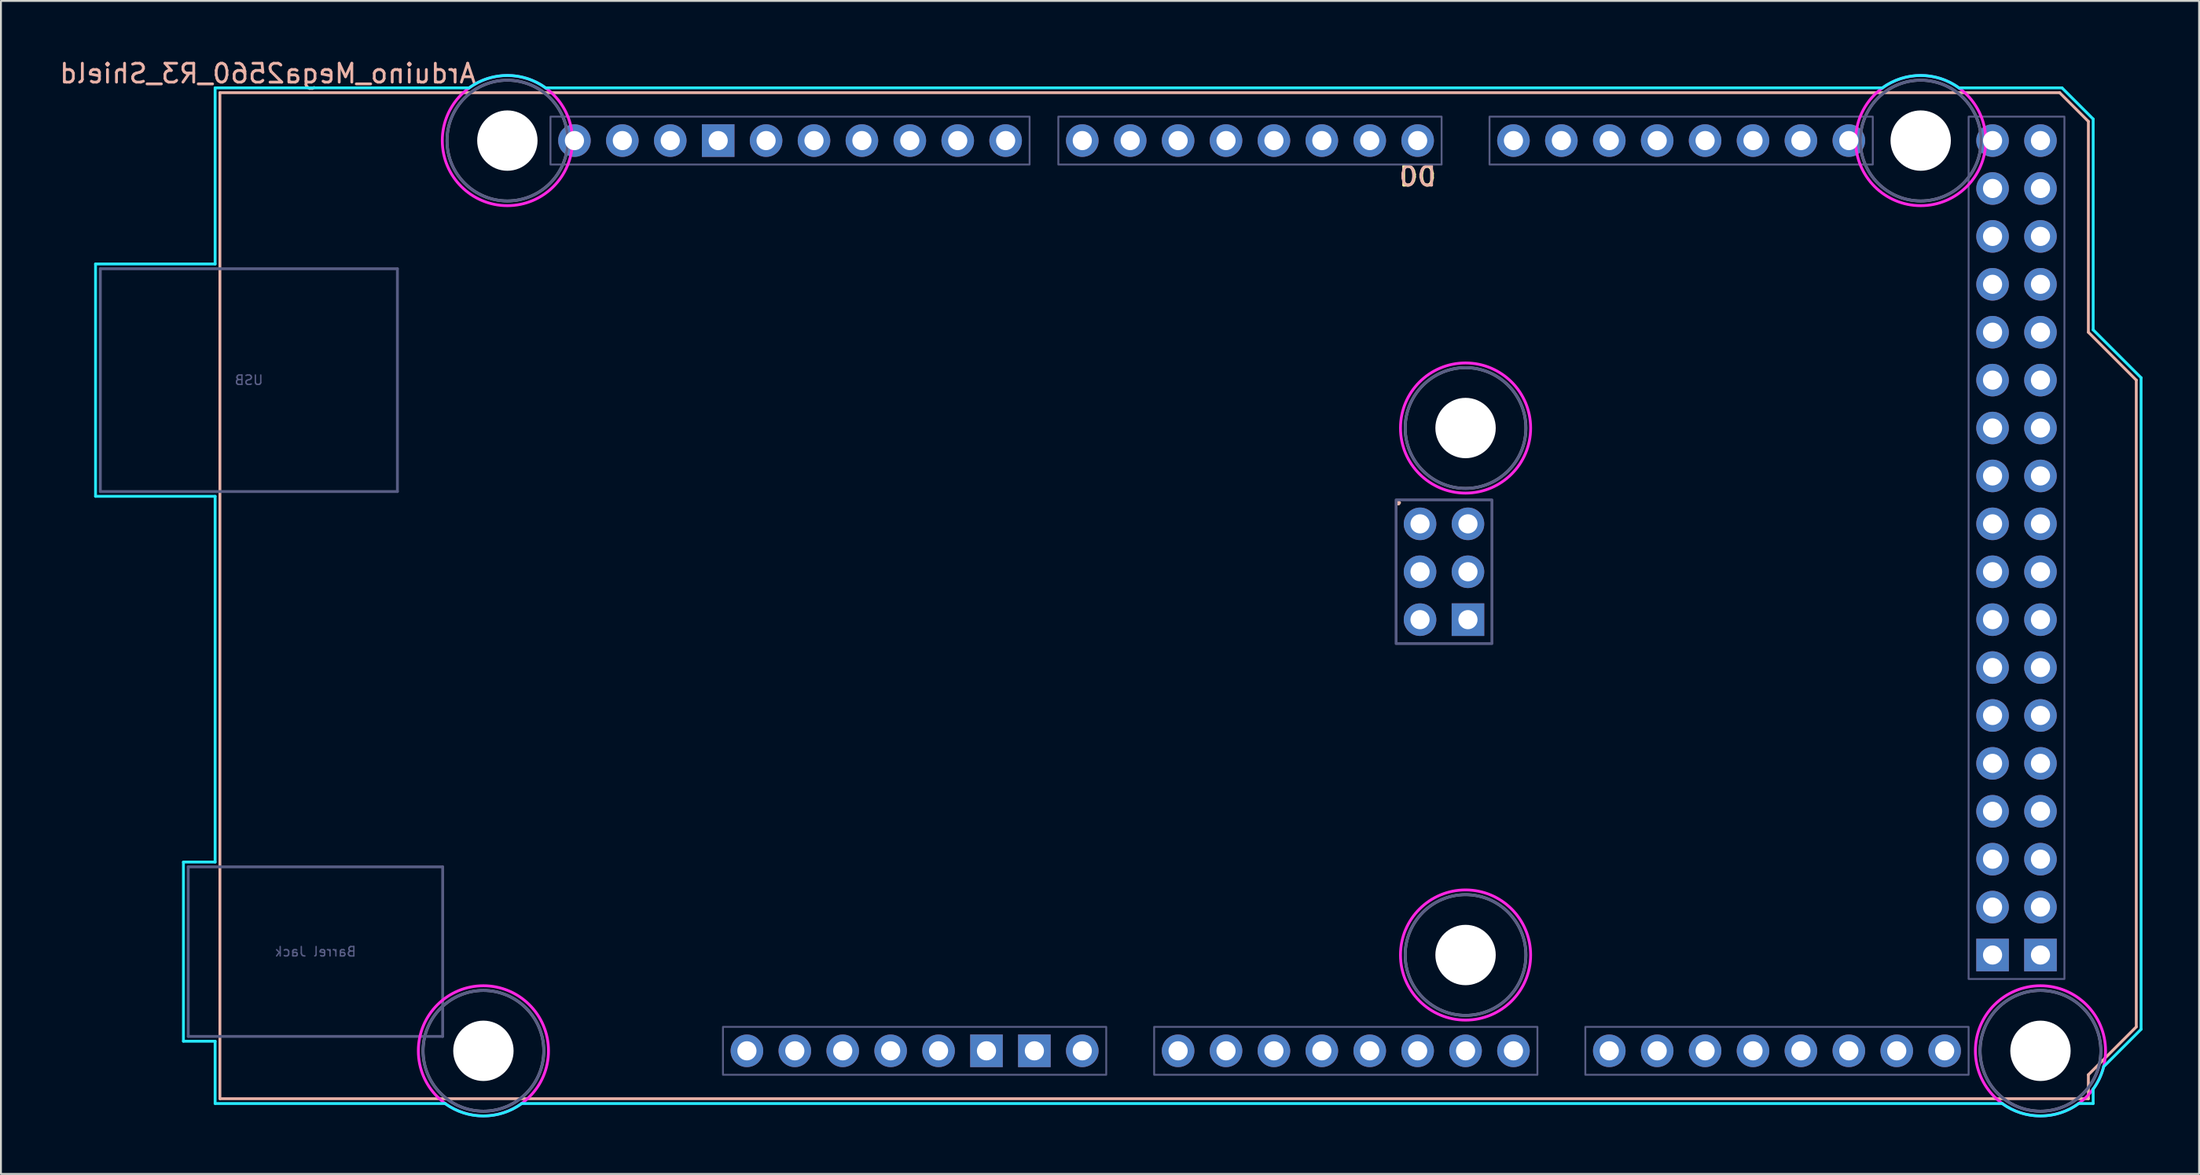
<source format=kicad_pcb>
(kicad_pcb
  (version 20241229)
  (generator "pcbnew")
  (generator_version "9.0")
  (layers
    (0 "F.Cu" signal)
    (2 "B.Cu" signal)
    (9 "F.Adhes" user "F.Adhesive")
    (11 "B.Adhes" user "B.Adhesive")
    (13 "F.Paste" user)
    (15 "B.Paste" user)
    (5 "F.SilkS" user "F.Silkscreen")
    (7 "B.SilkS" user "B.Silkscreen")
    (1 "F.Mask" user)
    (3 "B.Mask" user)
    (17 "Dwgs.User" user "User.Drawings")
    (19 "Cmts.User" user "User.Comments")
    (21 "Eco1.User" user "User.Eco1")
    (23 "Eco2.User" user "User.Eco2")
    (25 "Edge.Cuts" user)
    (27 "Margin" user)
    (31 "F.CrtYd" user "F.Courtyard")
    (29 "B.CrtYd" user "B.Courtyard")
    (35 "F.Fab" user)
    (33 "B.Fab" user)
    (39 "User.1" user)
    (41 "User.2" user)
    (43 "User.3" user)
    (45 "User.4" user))
  (footprint "Arduino_Mega2560_R3_Shield"
    (layer "F.Cu")
    (at 8.609 55.204)
    (property "Reference" "Arduino_Mega2560_R3_Shield" (at 2.54 -54.356 0) (layer "B.SilkS") (effects (font (size 1 1) (thickness 0.15)) (justify mirror)))
    (attr through_hole)
    (fp_line (start 0 -53.34) (end 0 0) (stroke (width 0.15) (type solid)) (layer "B.SilkS"))
    (fp_line (start 0 -53.34) (end 97.536 -53.34) (stroke (width 0.15) (type solid)) (layer "B.SilkS"))
    (fp_line (start 0 0) (end 99.06 0) (stroke (width 0.15) (type solid)) (layer "B.SilkS"))
    (fp_line (start 97.536 -53.34) (end 99.06 -51.816) (stroke (width 0.15) (type solid)) (layer "B.SilkS"))
    (fp_line (start 99.06 -40.64) (end 99.06 -51.816) (stroke (width 0.15) (type solid)) (layer "B.SilkS"))
    (fp_line (start 99.06 -1.27) (end 101.6 -3.81) (stroke (width 0.15) (type solid)) (layer "B.SilkS"))
    (fp_line (start 99.06 0) (end 99.06 -1.27) (stroke (width 0.15) (type solid)) (layer "B.SilkS"))
    (fp_line (start 101.6 -38.1) (end 99.06 -40.64) (stroke (width 0.15) (type solid)) (layer "B.SilkS"))
    (fp_line (start 101.6 -3.81) (end 101.6 -38.1) (stroke (width 0.15) (type solid)) (layer "B.SilkS"))
    (fp_line (start -6.594 -44.258) (end -0.254 -44.258) (stroke (width 0.15) (type solid)) (layer "B.CrtYd"))
    (fp_line (start -6.594 -31.94) (end -6.594 -44.258) (stroke (width 0.15) (type solid)) (layer "B.CrtYd"))
    (fp_line (start -1.934 -12.548) (end -1.934 -3.049) (stroke (width 0.15) (type solid)) (layer "B.CrtYd"))
    (fp_line (start -1.934 -12.548) (end -0.254 -12.548) (stroke (width 0.15) (type solid)) (layer "B.CrtYd"))
    (fp_line (start -1.934 -3.049) (end -0.254 -3.049) (stroke (width 0.15) (type solid)) (layer "B.CrtYd"))
    (fp_line (start -0.254 -53.594) (end -0.254 -44.258) (stroke (width 0.15) (type solid)) (layer "B.CrtYd"))
    (fp_line (start -0.254 -31.94) (end -6.594 -31.94) (stroke (width 0.15) (type solid)) (layer "B.CrtYd"))
    (fp_line (start -0.254 -31.94) (end -0.254 -12.548) (stroke (width 0.15) (type solid)) (layer "B.CrtYd"))
    (fp_line (start -0.254 -3.049) (end -0.254 0.254) (stroke (width 0.15) (type solid)) (layer "B.CrtYd"))
    (fp_line (start 11.938 0.254) (end -0.254 0.254) (stroke (width 0.15) (type solid)) (layer "B.CrtYd"))
    (fp_line (start 13.208 -53.594) (end -0.254 -53.594) (stroke (width 0.15) (type solid)) (layer "B.CrtYd"))
    (fp_line (start 16.002 0.254) (end 94.488 0.254) (stroke (width 0.15) (type solid)) (layer "B.CrtYd"))
    (fp_line (start 17.272 -53.594) (end 88.138 -53.594) (stroke (width 0.15) (type solid)) (layer "B.CrtYd"))
    (fp_line (start 97.663 -53.594) (end 92.202 -53.594) (stroke (width 0.15) (type solid)) (layer "B.CrtYd"))
    (fp_line (start 97.663 -53.594) (end 99.314 -51.943) (stroke (width 0.15) (type solid)) (layer "B.CrtYd"))
    (fp_line (start 99.314 -40.767) (end 99.314 -51.943) (stroke (width 0.15) (type solid)) (layer "B.CrtYd"))
    (fp_line (start 99.314 0.254) (end 98.552 0.254) (stroke (width 0.15) (type solid)) (layer "B.CrtYd"))
    (fp_line (start 99.314 0.254) (end 99.314 -0.508) (stroke (width 0.15) (type solid)) (layer "B.CrtYd"))
    (fp_line (start 99.873 -1.702) (end 101.854 -3.683) (stroke (width 0.15) (type solid)) (layer "B.CrtYd"))
    (fp_line (start 101.854 -38.227) (end 99.314 -40.767) (stroke (width 0.15) (type solid)) (layer "B.CrtYd"))
    (fp_line (start 101.854 -3.683) (end 101.854 -38.227) (stroke (width 0.15) (type solid)) (layer "B.CrtYd"))
    (fp_arc (start 13.208 -53.594) (mid 15.24 -54.254237) (end 17.272 -53.594) (stroke (width 0.15) (type solid)) (layer "B.CrtYd"))
    (fp_arc (start 16.002 0.254) (mid 13.97 0.914237) (end 11.938 0.254) (stroke (width 0.15) (type solid)) (layer "B.CrtYd"))
    (fp_arc (start 88.138 -53.594) (mid 90.17 -54.254237) (end 92.202 -53.594) (stroke (width 0.15) (type solid)) (layer "B.CrtYd"))
    (fp_arc (start 98.552 0.254) (mid 96.52 0.914237) (end 94.488 0.254) (stroke (width 0.15) (type solid)) (layer "B.CrtYd"))
    (fp_arc (start 99.8728 -1.7018) (mid 99.650925 -1.077973) (end 99.314 -0.508) (stroke (width 0.15) (type solid)) (layer "B.CrtYd"))
    (fp_circle (center 13.97 -2.54) (end 17.42 -2.54) (stroke (width 0.15) (type solid)) (fill no) (layer "F.CrtYd"))
    (fp_circle (center 15.24 -50.8) (end 18.69 -50.8) (stroke (width 0.15) (type solid)) (fill no) (layer "F.CrtYd"))
    (fp_circle (center 66.04 -35.56) (end 69.49 -35.56) (stroke (width 0.15) (type solid)) (fill no) (layer "F.CrtYd"))
    (fp_circle (center 66.04 -7.62) (end 69.49 -7.62) (stroke (width 0.15) (type solid)) (fill no) (layer "F.CrtYd"))
    (fp_circle (center 90.17 -50.8) (end 93.62 -50.8) (stroke (width 0.15) (type solid)) (fill no) (layer "F.CrtYd"))
    (fp_circle (center 96.52 -2.54) (end 99.97 -2.54) (stroke (width 0.15) (type solid)) (fill no) (layer "F.CrtYd"))
    (fp_line (start -6.34 -44.004) (end 9.41 -44.004) (stroke (width 0.15) (type solid)) (layer "B.Fab"))
    (fp_line (start -6.34 -32.194) (end -6.34 -44.004) (stroke (width 0.15) (type solid)) (layer "B.Fab"))
    (fp_line (start -6.34 -32.194) (end 9.41 -32.194) (stroke (width 0.15) (type solid)) (layer "B.Fab"))
    (fp_line (start -1.68 -12.294) (end -1.68 -3.303) (stroke (width 0.15) (type solid)) (layer "B.Fab"))
    (fp_line (start -1.68 -12.294) (end 11.81 -12.294) (stroke (width 0.15) (type solid)) (layer "B.Fab"))
    (fp_line (start -1.68 -3.303) (end 11.81 -3.303) (stroke (width 0.15) (type solid)) (layer "B.Fab"))
    (fp_line (start 9.41 -32.194) (end 9.41 -44.004) (stroke (width 0.15) (type solid)) (layer "B.Fab"))
    (fp_line (start 11.81 -12.294) (end 11.81 -3.303) (stroke (width 0.15) (type solid)) (layer "B.Fab"))
    (fp_rect (start 17.526 -52.07) (end 42.926 -49.53) (stroke (width 0.1) (type solid)) (fill no) (layer "B.Fab"))
    (fp_rect (start 26.67 -3.81) (end 46.99 -1.27) (stroke (width 0.1) (type solid)) (fill no) (layer "B.Fab"))
    (fp_rect (start 44.45 -52.07) (end 64.77 -49.53) (stroke (width 0.1) (type solid)) (fill no) (layer "B.Fab"))
    (fp_rect (start 49.53 -3.81) (end 69.85 -1.27) (stroke (width 0.1) (type solid)) (fill no) (layer "B.Fab"))
    (fp_rect (start 62.357 -31.75) (end 67.437 -24.13) (stroke (width 0.15) (type solid)) (fill no) (layer "B.Fab"))
    (fp_rect (start 67.31 -52.07) (end 87.63 -49.53) (stroke (width 0.1) (type solid)) (fill no) (layer "B.Fab"))
    (fp_rect (start 72.39 -3.81) (end 92.71 -1.27) (stroke (width 0.1) (type solid)) (fill no) (layer "B.Fab"))
    (fp_rect (start 92.71 -52.07) (end 97.79 -6.35) (stroke (width 0.1) (type solid)) (fill no) (layer "B.Fab"))
    (fp_circle (center 13.97 -2.54) (end 17.17 -2.54) (stroke (width 0.15) (type solid)) (fill no) (layer "B.Fab"))
    (fp_circle (center 15.24 -50.8) (end 18.44 -50.8) (stroke (width 0.15) (type solid)) (fill no) (layer "B.Fab"))
    (fp_circle (center 66.04 -35.56) (end 69.24 -35.56) (stroke (width 0.15) (type solid)) (fill no) (layer "B.Fab"))
    (fp_circle (center 66.04 -7.62) (end 69.24 -7.62) (stroke (width 0.15) (type solid)) (fill no) (layer "B.Fab"))
    (fp_circle (center 90.17 -50.8) (end 93.37 -50.8) (stroke (width 0.15) (type solid)) (fill no) (layer "B.Fab"))
    (fp_circle (center 96.52 -2.54) (end 99.72 -2.54) (stroke (width 0.15) (type solid)) (fill no) (layer "B.Fab"))
    (fp_circle (center 13.97 -2.54) (end 17.17 -2.54) (stroke (width 0.15) (type solid)) (fill no) (layer "F.Fab"))
    (fp_circle (center 15.24 -50.8) (end 18.44 -50.8) (stroke (width 0.15) (type solid)) (fill no) (layer "F.Fab"))
    (fp_circle (center 66.04 -35.56) (end 69.24 -35.56) (stroke (width 0.15) (type solid)) (fill no) (layer "F.Fab"))
    (fp_circle (center 66.04 -7.62) (end 69.24 -7.62) (stroke (width 0.15) (type solid)) (fill no) (layer "F.Fab"))
    (fp_circle (center 90.17 -50.8) (end 93.37 -50.8) (stroke (width 0.15) (type solid)) (fill no) (layer "F.Fab"))
    (fp_circle (center 96.52 -2.54) (end 99.72 -2.54) (stroke (width 0.15) (type solid)) (fill no) (layer "F.Fab"))
    (fp_text user "D0" (at 63.5 -48.895 0) (unlocked yes) (layer "F.SilkS") (effects (font (size 1 1) (thickness 0.15))))
    (fp_text user "." (at 62.484 -32.004 0) (layer "F.SilkS") (effects (font (size 1 1) (thickness 0.15))))
    (fp_text user "D0" (at 63.5 -48.895 0) (unlocked yes) (layer "B.SilkS") (effects (font (size 1 1) (thickness 0.15)) (justify mirror)))
    (fp_text user "." (at 62.484 -32.004 0) (layer "B.SilkS") (effects (font (size 1 1) (thickness 0.15))))
    (fp_text user "USB" (at 1.535 -38.099 0) (layer "B.Fab") (effects (font (size 0.5 0.5) (thickness 0.075)) (justify mirror)))
    (fp_text user "Barrel Jack" (at 5.065 -7.798 0) (layer "B.Fab") (effects (font (size 0.5 0.5) (thickness 0.075)) (justify mirror)))
    (pad "" np_thru_hole circle (at 13.97 -2.54) (size 3.2 3.2) (drill 3.2) (layers "*.Cu" "*.Mask"))
    (pad "" np_thru_hole circle (at 15.24 -50.8) (size 3.2 3.2) (drill 3.2) (layers "*.Cu" "*.Mask"))
    (pad "" thru_hole oval (at 27.94 -2.54) (size 1.727 1.727) (drill 1.016) (layers "*.Cu" "*.Mask"))
    (pad "" np_thru_hole circle (at 66.04 -35.56) (size 3.2 3.2) (drill 3.2) (layers "*.Cu" "*.Mask"))
    (pad "" np_thru_hole circle (at 66.04 -7.62) (size 3.2 3.2) (drill 3.2) (layers "*.Cu" "*.Mask"))
    (pad "" np_thru_hole circle (at 90.17 -50.8) (size 3.2 3.2) (drill 3.2) (layers "*.Cu" "*.Mask"))
    (pad "" np_thru_hole circle (at 96.52 -2.54) (size 3.2 3.2) (drill 3.2) (layers "*.Cu" "*.Mask"))
    (pad "3V3" thru_hole oval (at 35.56 -2.54) (size 1.727 1.727) (drill 1.016) (layers "*.Cu" "*.Mask"))
    (pad "5V1" thru_hole oval (at 38.1 -2.54) (size 1.727 1.727) (drill 1.016) (layers "*.Cu" "*.Mask"))
    (pad "5V2" thru_hole oval (at 66.167 -30.48) (size 1.727 1.727) (drill 1.016) (layers "*.Cu" "*.Mask"))
    (pad "5V3" thru_hole oval (at 93.98 -50.8) (size 1.727 1.727) (drill 1.016) (layers "*.Cu" "*.Mask"))
    (pad "5V4" thru_hole oval (at 96.52 -50.8) (size 1.727 1.727) (drill 1.016) (layers "*.Cu" "*.Mask"))
    (pad "A0" thru_hole oval (at 50.8 -2.54) (size 1.727 1.727) (drill 1.016) (layers "*.Cu" "*.Mask"))
    (pad "A1" thru_hole oval (at 53.34 -2.54) (size 1.727 1.727) (drill 1.016) (layers "*.Cu" "*.Mask"))
    (pad "A2" thru_hole oval (at 55.88 -2.54) (size 1.727 1.727) (drill 1.016) (layers "*.Cu" "*.Mask"))
    (pad "A3" thru_hole oval (at 58.42 -2.54) (size 1.727 1.727) (drill 1.016) (layers "*.Cu" "*.Mask"))
    (pad "A4" thru_hole oval (at 60.96 -2.54) (size 1.727 1.727) (drill 1.016) (layers "*.Cu" "*.Mask"))
    (pad "A5" thru_hole oval (at 63.5 -2.54) (size 1.727 1.727) (drill 1.016) (layers "*.Cu" "*.Mask"))
    (pad "A6" thru_hole oval (at 66.04 -2.54) (size 1.727 1.727) (drill 1.016) (layers "*.Cu" "*.Mask"))
    (pad "A7" thru_hole oval (at 68.58 -2.54) (size 1.727 1.727) (drill 1.016) (layers "*.Cu" "*.Mask"))
    (pad "A8" thru_hole oval (at 73.66 -2.54) (size 1.727 1.727) (drill 1.016) (layers "*.Cu" "*.Mask"))
    (pad "A9" thru_hole oval (at 76.2 -2.54) (size 1.727 1.727) (drill 1.016) (layers "*.Cu" "*.Mask"))
    (pad "A10" thru_hole oval (at 78.74 -2.54) (size 1.727 1.727) (drill 1.016) (layers "*.Cu" "*.Mask"))
    (pad "A11" thru_hole oval (at 81.28 -2.54) (size 1.727 1.727) (drill 1.016) (layers "*.Cu" "*.Mask"))
    (pad "A12" thru_hole oval (at 83.82 -2.54) (size 1.727 1.727) (drill 1.016) (layers "*.Cu" "*.Mask"))
    (pad "A13" thru_hole oval (at 86.36 -2.54) (size 1.727 1.727) (drill 1.016) (layers "*.Cu" "*.Mask"))
    (pad "A14" thru_hole oval (at 88.9 -2.54) (size 1.727 1.727) (drill 1.016) (layers "*.Cu" "*.Mask"))
    (pad "A15" thru_hole oval (at 91.44 -2.54) (size 1.727 1.727) (drill 1.016) (layers "*.Cu" "*.Mask"))
    (pad "AREF" thru_hole oval (at 23.876 -50.8) (size 1.727 1.727) (drill 1.016) (layers "*.Cu" "*.Mask"))
    (pad "D0" thru_hole oval (at 63.5 -50.8) (size 1.727 1.727) (drill 1.016) (layers "*.Cu" "*.Mask"))
    (pad "D1" thru_hole oval (at 60.96 -50.8) (size 1.727 1.727) (drill 1.016) (layers "*.Cu" "*.Mask"))
    (pad "D2" thru_hole oval (at 58.42 -50.8) (size 1.727 1.727) (drill 1.016) (layers "*.Cu" "*.Mask"))
    (pad "D3" thru_hole oval (at 55.88 -50.8) (size 1.727 1.727) (drill 1.016) (layers "*.Cu" "*.Mask"))
    (pad "D4" thru_hole oval (at 53.34 -50.8) (size 1.727 1.727) (drill 1.016) (layers "*.Cu" "*.Mask"))
    (pad "D5" thru_hole oval (at 50.8 -50.8) (size 1.727 1.727) (drill 1.016) (layers "*.Cu" "*.Mask"))
    (pad "D6" thru_hole oval (at 48.26 -50.8) (size 1.727 1.727) (drill 1.016) (layers "*.Cu" "*.Mask"))
    (pad "D7" thru_hole oval (at 45.72 -50.8) (size 1.727 1.727) (drill 1.016) (layers "*.Cu" "*.Mask"))
    (pad "D8" thru_hole oval (at 41.656 -50.8) (size 1.727 1.727) (drill 1.016) (layers "*.Cu" "*.Mask"))
    (pad "D9" thru_hole oval (at 39.116 -50.8) (size 1.727 1.727) (drill 1.016) (layers "*.Cu" "*.Mask"))
    (pad "D10" thru_hole oval (at 36.576 -50.8) (size 1.727 1.727) (drill 1.016) (layers "*.Cu" "*.Mask"))
    (pad "D11" thru_hole oval (at 34.036 -50.8) (size 1.727 1.727) (drill 1.016) (layers "*.Cu" "*.Mask"))
    (pad "D12" thru_hole oval (at 31.496 -50.8) (size 1.727 1.727) (drill 1.016) (layers "*.Cu" "*.Mask"))
    (pad "D13" thru_hole oval (at 28.956 -50.8) (size 1.727 1.727) (drill 1.016) (layers "*.Cu" "*.Mask"))
    (pad "D14" thru_hole oval (at 68.58 -50.8) (size 1.727 1.727) (drill 1.016) (layers "*.Cu" "*.Mask"))
    (pad "D15" thru_hole oval (at 71.12 -50.8) (size 1.727 1.727) (drill 1.016) (layers "*.Cu" "*.Mask"))
    (pad "D16" thru_hole oval (at 73.66 -50.8) (size 1.727 1.727) (drill 1.016) (layers "*.Cu" "*.Mask"))
    (pad "D17" thru_hole oval (at 76.2 -50.8) (size 1.727 1.727) (drill 1.016) (layers "*.Cu" "*.Mask"))
    (pad "D18" thru_hole oval (at 78.74 -50.8) (size 1.727 1.727) (drill 1.016) (layers "*.Cu" "*.Mask"))
    (pad "D19" thru_hole oval (at 81.28 -50.8) (size 1.727 1.727) (drill 1.016) (layers "*.Cu" "*.Mask"))
    (pad "D20" thru_hole oval (at 83.82 -50.8) (size 1.727 1.727) (drill 1.016) (layers "*.Cu" "*.Mask"))
    (pad "D21" thru_hole oval (at 86.36 -50.8) (size 1.727 1.727) (drill 1.016) (layers "*.Cu" "*.Mask"))
    (pad "D22" thru_hole oval (at 93.98 -48.26) (size 1.727 1.727) (drill 1.016) (layers "*.Cu" "*.Mask"))
    (pad "D23" thru_hole oval (at 96.52 -48.26) (size 1.727 1.727) (drill 1.016) (layers "*.Cu" "*.Mask"))
    (pad "D24" thru_hole oval (at 93.98 -45.72) (size 1.727 1.727) (drill 1.016) (layers "*.Cu" "*.Mask"))
    (pad "D25" thru_hole oval (at 96.52 -45.72) (size 1.727 1.727) (drill 1.016) (layers "*.Cu" "*.Mask"))
    (pad "D26" thru_hole oval (at 93.98 -43.18) (size 1.727 1.727) (drill 1.016) (layers "*.Cu" "*.Mask"))
    (pad "D27" thru_hole oval (at 96.52 -43.18) (size 1.727 1.727) (drill 1.016) (layers "*.Cu" "*.Mask"))
    (pad "D28" thru_hole oval (at 93.98 -40.64) (size 1.727 1.727) (drill 1.016) (layers "*.Cu" "*.Mask"))
    (pad "D29" thru_hole oval (at 96.52 -40.64) (size 1.727 1.727) (drill 1.016) (layers "*.Cu" "*.Mask"))
    (pad "D30" thru_hole oval (at 93.98 -38.1) (size 1.727 1.727) (drill 1.016) (layers "*.Cu" "*.Mask"))
    (pad "D31" thru_hole oval (at 96.52 -38.1) (size 1.727 1.727) (drill 1.016) (layers "*.Cu" "*.Mask"))
    (pad "D32" thru_hole oval (at 93.98 -35.56) (size 1.727 1.727) (drill 1.016) (layers "*.Cu" "*.Mask"))
    (pad "D33" thru_hole oval (at 96.52 -35.56) (size 1.727 1.727) (drill 1.016) (layers "*.Cu" "*.Mask"))
    (pad "D34" thru_hole oval (at 93.98 -33.02) (size 1.727 1.727) (drill 1.016) (layers "*.Cu" "*.Mask"))
    (pad "D35" thru_hole oval (at 96.52 -33.02) (size 1.727 1.727) (drill 1.016) (layers "*.Cu" "*.Mask"))
    (pad "D36" thru_hole oval (at 93.98 -30.48) (size 1.727 1.727) (drill 1.016) (layers "*.Cu" "*.Mask"))
    (pad "D37" thru_hole oval (at 96.52 -30.48) (size 1.727 1.727) (drill 1.016) (layers "*.Cu" "*.Mask"))
    (pad "D38" thru_hole oval (at 93.98 -27.94) (size 1.727 1.727) (drill 1.016) (layers "*.Cu" "*.Mask"))
    (pad "D39" thru_hole oval (at 96.52 -27.94) (size 1.727 1.727) (drill 1.016) (layers "*.Cu" "*.Mask"))
    (pad "D40" thru_hole oval (at 93.98 -25.4) (size 1.727 1.727) (drill 1.016) (layers "*.Cu" "*.Mask"))
    (pad "D41" thru_hole oval (at 96.52 -25.4) (size 1.727 1.727) (drill 1.016) (layers "*.Cu" "*.Mask"))
    (pad "D42" thru_hole oval (at 93.98 -22.86) (size 1.727 1.727) (drill 1.016) (layers "*.Cu" "*.Mask"))
    (pad "D43" thru_hole oval (at 96.52 -22.86) (size 1.727 1.727) (drill 1.016) (layers "*.Cu" "*.Mask"))
    (pad "D44" thru_hole oval (at 93.98 -20.32) (size 1.727 1.727) (drill 1.016) (layers "*.Cu" "*.Mask"))
    (pad "D45" thru_hole oval (at 96.52 -20.32) (size 1.727 1.727) (drill 1.016) (layers "*.Cu" "*.Mask"))
    (pad "D46" thru_hole oval (at 93.98 -17.78) (size 1.727 1.727) (drill 1.016) (layers "*.Cu" "*.Mask"))
    (pad "D47" thru_hole oval (at 96.52 -17.78) (size 1.727 1.727) (drill 1.016) (layers "*.Cu" "*.Mask"))
    (pad "D48" thru_hole oval (at 93.98 -15.24) (size 1.727 1.727) (drill 1.016) (layers "*.Cu" "*.Mask"))
    (pad "D49" thru_hole oval (at 96.52 -15.24) (size 1.727 1.727) (drill 1.016) (layers "*.Cu" "*.Mask"))
    (pad "D50" thru_hole oval (at 93.98 -12.7) (size 1.727 1.727) (drill 1.016) (layers "*.Cu" "*.Mask"))
    (pad "D51" thru_hole oval (at 96.52 -12.7) (size 1.727 1.727) (drill 1.016) (layers "*.Cu" "*.Mask"))
    (pad "D52" thru_hole oval (at 93.98 -10.16) (size 1.727 1.727) (drill 1.016) (layers "*.Cu" "*.Mask"))
    (pad "D53" thru_hole oval (at 96.52 -10.16) (size 1.727 1.727) (drill 1.016) (layers "*.Cu" "*.Mask"))
    (pad "GND1" thru_hole rect (at 26.416 -50.8) (size 1.727 1.727) (drill 1.016) (layers "*.Cu" "*.Mask"))
    (pad "GND2" thru_hole rect (at 40.64 -2.54) (size 1.727 1.727) (drill 1.016) (layers "*.Cu" "*.Mask"))
    (pad "GND3" thru_hole rect (at 43.18 -2.54) (size 1.727 1.727) (drill 1.016) (layers "*.Cu" "*.Mask"))
    (pad "GND4" thru_hole rect (at 66.167 -25.4) (size 1.727 1.727) (drill 1.016) (layers "*.Cu" "*.Mask"))
    (pad "GND5" thru_hole rect (at 93.98 -7.62) (size 1.727 1.727) (drill 1.016) (layers "*.Cu" "*.Mask"))
    (pad "GND6" thru_hole rect (at 96.52 -7.62) (size 1.727 1.727) (drill 1.016) (layers "*.Cu" "*.Mask"))
    (pad "IORF" thru_hole oval (at 30.48 -2.54) (size 1.727 1.727) (drill 1.016) (layers "*.Cu" "*.Mask"))
    (pad "MISO" thru_hole oval (at 63.627 -30.48) (size 1.727 1.727) (drill 1.016) (layers "*.Cu" "*.Mask"))
    (pad "MOSI" thru_hole oval (at 66.167 -27.94) (size 1.727 1.727) (drill 1.016) (layers "*.Cu" "*.Mask"))
    (pad "RST1" thru_hole oval (at 33.02 -2.54) (size 1.727 1.727) (drill 1.016) (layers "*.Cu" "*.Mask"))
    (pad "RST2" thru_hole oval (at 63.627 -25.4) (size 1.727 1.727) (drill 1.016) (layers "*.Cu" "*.Mask"))
    (pad "SCK" thru_hole oval (at 63.627 -27.94) (size 1.727 1.727) (drill 1.016) (layers "*.Cu" "*.Mask"))
    (pad "SCL" thru_hole oval (at 18.796 -50.8) (size 1.727 1.727) (drill 1.016) (layers "*.Cu" "*.Mask"))
    (pad "SDA" thru_hole oval (at 21.336 -50.8) (size 1.727 1.727) (drill 1.016) (layers "*.Cu" "*.Mask"))
    (pad "VIN" thru_hole oval (at 45.72 -2.54) (size 1.727 1.727) (drill 1.016) (layers "*.Cu" "*.Mask")))
  (gr_rect
    (start -3 -3)
    (end 113.538 59.193)
    (stroke (width 0.1) (type default))
    (fill no)
    (layer "Edge.Cuts")))
</source>
